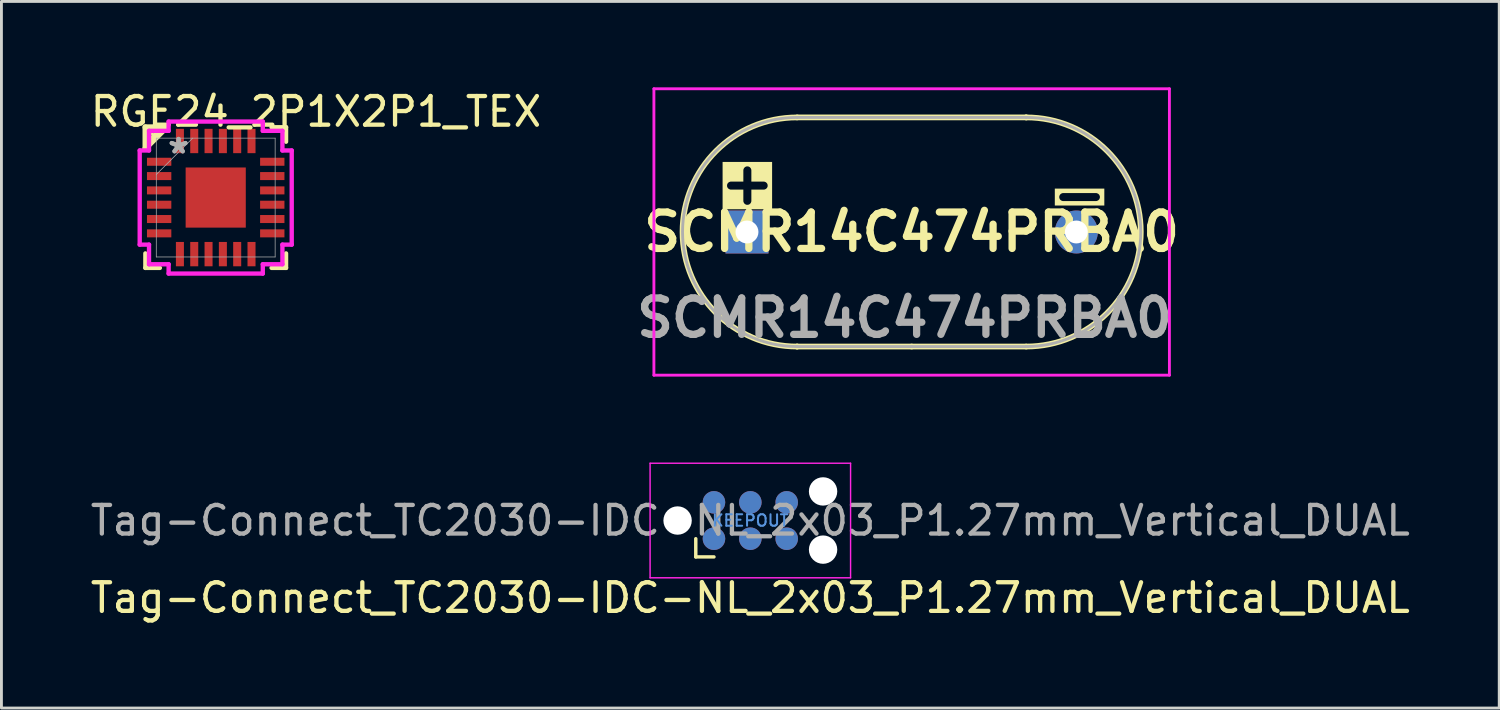
<source format=kicad_pcb>
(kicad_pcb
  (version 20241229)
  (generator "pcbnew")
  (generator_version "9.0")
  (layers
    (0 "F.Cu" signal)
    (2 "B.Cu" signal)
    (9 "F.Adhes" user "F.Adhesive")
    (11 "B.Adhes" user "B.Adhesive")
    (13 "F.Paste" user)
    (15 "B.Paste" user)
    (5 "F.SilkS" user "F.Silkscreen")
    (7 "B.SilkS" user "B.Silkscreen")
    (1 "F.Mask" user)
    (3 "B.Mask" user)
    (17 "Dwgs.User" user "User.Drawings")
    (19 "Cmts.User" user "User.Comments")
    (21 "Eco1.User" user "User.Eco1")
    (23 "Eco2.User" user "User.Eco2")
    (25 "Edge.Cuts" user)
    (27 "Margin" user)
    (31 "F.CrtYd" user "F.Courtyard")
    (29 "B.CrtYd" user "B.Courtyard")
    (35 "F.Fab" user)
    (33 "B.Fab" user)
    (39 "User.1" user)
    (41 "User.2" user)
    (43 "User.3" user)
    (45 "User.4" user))
  (footprint "Tag-Connect_TC2030-IDC-NL_2x03_P1.27mm_Vertical_DUAL"
    (layer "F.Cu")
    (at 23.149 15.125)
    (property "Reference" "Tag-Connect_TC2030-IDC-NL_2x03_P1.27mm_Vertical_DUAL" (at 0 2.7 0) (layer "F.SilkS") (effects (font (size 1 1) (thickness 0.15))))
    (attr exclude_from_pos_files exclude_from_bom)
    (fp_line (start -1.905 1.27) (end -1.905 0.635) (stroke (width 0.12) (type solid)) (layer "F.SilkS"))
    (fp_line (start -1.27 1.27) (end -1.905 1.27) (stroke (width 0.12) (type solid)) (layer "F.SilkS"))
    (fp_line (start -3.5 -2) (end 3.5 -2) (stroke (width 0.05) (type solid)) (layer "F.CrtYd"))
    (fp_line (start -3.5 2) (end -3.5 -2) (stroke (width 0.05) (type solid)) (layer "F.CrtYd"))
    (fp_line (start 3.5 -2) (end 3.5 2) (stroke (width 0.05) (type solid)) (layer "F.CrtYd"))
    (fp_line (start 3.5 2) (end -3.5 2) (stroke (width 0.05) (type solid)) (layer "F.CrtYd"))
    (fp_text user "KEEPOUT" (at 0 0 0) (layer "Cmts.User") (effects (font (size 0.4 0.4) (thickness 0.07))))
    (fp_text user "${REFERENCE}" (at 0 0 0) (layer "F.Fab") (effects (font (size 1 1) (thickness 0.15))))
    (pad "" np_thru_hole circle (at -2.54 0) (size 0.991 0.991) (drill 0.991) (layers "*.Cu" "*.Mask"))
    (pad "" np_thru_hole circle (at 2.54 -1.016) (size 0.991 0.991) (drill 0.991) (layers "*.Cu" "*.Mask"))
    (pad "" np_thru_hole circle (at 2.54 1.016) (size 0.991 0.991) (drill 0.991) (layers "*.Cu" "*.Mask"))
    (pad "1" connect circle (at -1.27 0.635) (size 0.787 0.787) (layers "F.Cu" "F.Mask"))
    (pad "1" connect circle (at -1.27 0.635) (size 0.787 0.787) (layers "B.Cu" "B.Mask"))
    (pad "2" connect circle (at -1.27 -0.635) (size 0.787 0.787) (layers "F.Cu" "F.Mask"))
    (pad "2" connect circle (at -1.27 -0.635) (size 0.787 0.787) (layers "B.Cu" "B.Mask"))
    (pad "3" connect circle (at 0 0.635) (size 0.787 0.787) (layers "F.Cu" "F.Mask"))
    (pad "3" connect circle (at 0 0.635) (size 0.787 0.787) (layers "B.Cu" "B.Mask"))
    (pad "4" connect circle (at 0 -0.635) (size 0.787 0.787) (layers "F.Cu" "F.Mask"))
    (pad "4" connect circle (at 0 -0.635) (size 0.787 0.787) (layers "B.Cu" "B.Mask"))
    (pad "5" connect circle (at 1.27 0.635) (size 0.787 0.787) (layers "F.Cu" "F.Mask"))
    (pad "5" connect circle (at 1.27 0.635) (size 0.787 0.787) (layers "B.Cu" "B.Mask"))
    (pad "6" connect circle (at 1.27 -0.635) (size 0.787 0.787) (layers "F.Cu" "F.Mask"))
    (pad "6" connect circle (at 1.27 -0.635) (size 0.787 0.787) (layers "B.Cu" "B.Mask"))
    (zone (net_name "") (layer "F.Cu") (hatch full 0.508) (connect_pads) (min_thickness 0.254) (filled_areas_thickness no) (keepout (tracks allowed) (vias not_allowed) (pads allowed) (copperpour not_allowed) (footprints not_allowed)) (placement (enabled no)) (fill) (polygon (pts (xy 24.419 14.49) (xy 21.879 14.49) (xy 21.879 15.76) (xy 24.419 15.76)))))
  (footprint "SCMR14C474PRBA0"
    (layer "F.Cu")
    (at 23.032 5.05)
    (property "Reference" "SCMR14C474PRBA0" (at 5.75 0 0) (layer "F.SilkS") (effects (font (size 1.27 1.27) (thickness 0.254))))
    (attr through_hole)
    (fp_line (start -2.9 0) (end -2.9 0) (stroke (width 0.1) (type solid)) (layer "F.SilkS"))
    (fp_line (start -2.8 0) (end -2.8 0) (stroke (width 0.1) (type solid)) (layer "F.SilkS"))
    (fp_line (start 1.75 -4) (end 9.75 -4) (stroke (width 0.2) (type solid)) (layer "F.SilkS"))
    (fp_line (start 1.75 4) (end 1.75 4) (stroke (width 0.2) (type solid)) (layer "F.SilkS"))
    (fp_line (start 5.75 4) (end 1.75 4) (stroke (width 0.2) (type solid)) (layer "F.SilkS"))
    (fp_line (start 9.75 -4) (end 9.75 -4) (stroke (width 0.2) (type solid)) (layer "F.SilkS"))
    (fp_line (start 9.75 4) (end 5.75 4) (stroke (width 0.2) (type solid)) (layer "F.SilkS"))
    (fp_arc (start -2.9 0) (mid -2.85 -0.05) (end -2.8 0) (stroke (width 0.1) (type solid)) (layer "F.SilkS"))
    (fp_arc (start -2.8 0) (mid -2.85 0.05) (end -2.9 0) (stroke (width 0.1) (type solid)) (layer "F.SilkS"))
    (fp_arc (start 1.75 4) (mid -2.25 0) (end 1.75 -4) (stroke (width 0.2) (type solid)) (layer "F.SilkS"))
    (fp_arc (start 9.75 -4) (mid 13.75 0) (end 9.75 4) (stroke (width 0.2) (type solid)) (layer "F.SilkS"))
    (fp_line (start -3.25 -5) (end 14.75 -5) (stroke (width 0.1) (type solid)) (layer "F.CrtYd"))
    (fp_line (start -3.25 5) (end -3.25 -5) (stroke (width 0.1) (type solid)) (layer "F.CrtYd"))
    (fp_line (start 14.75 -5) (end 14.75 5) (stroke (width 0.1) (type solid)) (layer "F.CrtYd"))
    (fp_line (start 14.75 5) (end -3.25 5) (stroke (width 0.1) (type solid)) (layer "F.CrtYd"))
    (fp_line (start 1.75 -4) (end 9.75 -4) (stroke (width 0.1) (type solid)) (layer "F.Fab"))
    (fp_line (start 1.75 4) (end 1.75 4) (stroke (width 0.1) (type solid)) (layer "F.Fab"))
    (fp_line (start 5.75 4) (end 1.75 4) (stroke (width 0.1) (type solid)) (layer "F.Fab"))
    (fp_line (start 9.75 -4) (end 9.75 -4) (stroke (width 0.1) (type solid)) (layer "F.Fab"))
    (fp_line (start 9.75 4) (end 5.75 4) (stroke (width 0.1) (type solid)) (layer "F.Fab"))
    (fp_arc (start 1.75 4) (mid -2.25 0) (end 1.75 -4) (stroke (width 0.1) (type solid)) (layer "F.Fab"))
    (fp_arc (start 9.75 -4) (mid 13.75 0) (end 9.75 4) (stroke (width 0.1) (type solid)) (layer "F.Fab"))
    (fp_text user "+" (at -1.1 -0.9 0) (unlocked yes) (layer "F.SilkS" knockout) (effects (font (size 1.4 1.5) (thickness 0.28) (bold yes)) (justify left bottom)))
    (fp_text user "-" (at 10.5 -0.5 0) (unlocked yes) (layer "F.SilkS" knockout) (effects (font (size 1.4 1.5) (thickness 0.28) (bold yes)) (justify left bottom)))
    (fp_text user "${REFERENCE}" (at 5.5 3 0) (layer "F.Fab") (effects (font (size 1.27 1.27) (thickness 0.254))))
    (pad "1" thru_hole rect (at 0 0) (size 1.5 1.5) (drill 0.8) (layers "*.Cu" "*.Mask"))
    (pad "2" thru_hole circle (at 11.5 0 90) (size 1.5 1.5) (drill 0.8) (layers "*.Cu" "*.Mask")))
  (footprint "RGE24_2P1X2P1_TEX"
    (layer "F.Cu")
    (at 4.482 3.848)
    (property "Reference" "RGE24_2P1X2P1_TEX" (at 3.5 -3 0) (unlocked yes) (layer "F.SilkS") (effects (font (size 1 1) (thickness 0.15))))
    (attr smd)
    (fp_poly (pts (xy -1.113 -1.113) (xy -0.594 -1.113) (xy -0.594 1.113) (xy -1.113 1.113)) (stroke (width 0) (type solid)) (fill yes) (layer "F.Mask"))
    (fp_poly (pts (xy -1.113 -1.113) (xy 1.113 -1.113) (xy 1.113 -0.594) (xy -1.113 -0.594)) (stroke (width 0) (type solid)) (fill yes) (layer "F.Mask"))
    (fp_poly (pts (xy -1.113 -0.194) (xy 1.113 -0.194) (xy 1.113 0.194) (xy -1.113 0.194)) (stroke (width 0) (type solid)) (fill yes) (layer "F.Mask"))
    (fp_poly (pts (xy -1.113 0.594) (xy 1.113 0.594) (xy 1.113 1.113) (xy -1.113 1.113)) (stroke (width 0) (type solid)) (fill yes) (layer "F.Mask"))
    (fp_poly (pts (xy 0.194 -1.113) (xy -0.194 -1.113) (xy -0.194 1.113) (xy 0.194 1.113)) (stroke (width 0) (type solid)) (fill yes) (layer "F.Mask"))
    (fp_poly (pts (xy 0.594 -1.113) (xy 1.113 -1.113) (xy 1.113 1.113) (xy 0.594 1.113)) (stroke (width 0) (type solid)) (fill yes) (layer "F.Mask"))
    (fp_line (start -2.456 -2.456) (end -2.456 -1.718) (stroke (width 0.2) (type solid)) (layer "F.SilkS"))
    (fp_line (start -2.456 -1.718) (end -1.718 -2.456) (stroke (width 0.2) (type default)) (layer "F.SilkS"))
    (fp_line (start -2.456 1.95) (end -2.456 2.456) (stroke (width 0.152) (type solid)) (layer "F.SilkS"))
    (fp_line (start -2.456 2.456) (end -1.95 2.456) (stroke (width 0.152) (type solid)) (layer "F.SilkS"))
    (fp_line (start -2.34 -2.01) (end -2.32 -2.33) (stroke (width 0.1) (type default)) (layer "F.SilkS"))
    (fp_line (start -2.32 -2.33) (end -2.175 -2.175) (stroke (width 0.1) (type default)) (layer "F.SilkS"))
    (fp_line (start -2.32 -2.33) (end -2.01 -2.34) (stroke (width 0.1) (type default)) (layer "F.SilkS"))
    (fp_line (start -2.01 -2.34) (end -2.34 -2.01) (stroke (width 0.1) (type default)) (layer "F.SilkS"))
    (fp_line (start -1.718 -2.456) (end -2.456 -2.456) (stroke (width 0.2) (type solid)) (layer "F.SilkS"))
    (fp_line (start 1.95 2.456) (end 2.456 2.456) (stroke (width 0.152) (type solid)) (layer "F.SilkS"))
    (fp_line (start 2.456 -2.456) (end 1.95 -2.456) (stroke (width 0.152) (type solid)) (layer "F.SilkS"))
    (fp_line (start 2.456 -1.95) (end 2.456 -2.456) (stroke (width 0.152) (type solid)) (layer "F.SilkS"))
    (fp_line (start 2.456 2.456) (end 2.456 1.95) (stroke (width 0.152) (type solid)) (layer "F.SilkS"))
    (fp_poly (pts (xy -0.975 -0.975) (xy -0.975 -0.494) (xy -0.635 -0.494) (xy -0.494 -0.635) (xy -0.494 -0.975)) (stroke (width 0) (type solid)) (fill yes) (layer "F.Paste"))
    (fp_poly (pts (xy -0.975 0.494) (xy -0.975 0.975) (xy -0.494 0.975) (xy -0.494 0.635) (xy -0.635 0.494)) (stroke (width 0) (type solid)) (fill yes) (layer "F.Paste"))
    (fp_poly (pts (xy 0.494 -0.975) (xy 0.494 -0.635) (xy 0.635 -0.494) (xy 0.975 -0.494) (xy 0.975 -0.975)) (stroke (width 0) (type solid)) (fill yes) (layer "F.Paste"))
    (fp_poly (pts (xy 0.635 0.494) (xy 0.494 0.635) (xy 0.494 0.975) (xy 0.975 0.975) (xy 0.975 0.494)) (stroke (width 0) (type solid)) (fill yes) (layer "F.Paste"))
    (fp_poly (pts (xy -0.975 -0.294) (xy -0.975 0.294) (xy -0.635 0.294) (xy -0.494 0.152) (xy -0.494 -0.152) (xy -0.635 -0.294)) (stroke (width 0) (type solid)) (fill yes) (layer "F.Paste"))
    (fp_poly (pts (xy -0.294 -0.975) (xy -0.294 -0.635) (xy -0.152 -0.494) (xy 0.152 -0.494) (xy 0.294 -0.635) (xy 0.294 -0.975)) (stroke (width 0) (type solid)) (fill yes) (layer "F.Paste"))
    (fp_poly (pts (xy -0.152 0.494) (xy -0.294 0.635) (xy -0.294 0.975) (xy 0.294 0.975) (xy 0.294 0.635) (xy 0.152 0.494)) (stroke (width 0) (type solid)) (fill yes) (layer "F.Paste"))
    (fp_poly (pts (xy 0.635 -0.294) (xy 0.494 -0.152) (xy 0.494 0.152) (xy 0.635 0.294) (xy 0.975 0.294) (xy 0.975 -0.294)) (stroke (width 0) (type solid)) (fill yes) (layer "F.Paste"))
    (fp_poly (pts (xy -0.152 -0.294) (xy -0.294 -0.152) (xy -0.294 0.152) (xy -0.152 0.294) (xy 0.152 0.294) (xy 0.294 0.152) (xy 0.294 -0.152) (xy 0.152 -0.294)) (stroke (width 0) (type solid)) (fill yes) (layer "F.Paste"))
    (fp_line (start -2.654 -1.644) (end -2.329 -1.644) (stroke (width 0.152) (type solid)) (layer "F.CrtYd"))
    (fp_line (start -2.654 1.644) (end -2.654 -1.644) (stroke (width 0.152) (type solid)) (layer "F.CrtYd"))
    (fp_line (start -2.329 -2.329) (end -1.644 -2.329) (stroke (width 0.152) (type solid)) (layer "F.CrtYd"))
    (fp_line (start -2.329 -1.644) (end -2.329 -2.329) (stroke (width 0.152) (type solid)) (layer "F.CrtYd"))
    (fp_line (start -2.329 1.644) (end -2.654 1.644) (stroke (width 0.152) (type solid)) (layer "F.CrtYd"))
    (fp_line (start -2.329 2.329) (end -2.329 1.644) (stroke (width 0.152) (type solid)) (layer "F.CrtYd"))
    (fp_line (start -1.644 -2.654) (end 1.644 -2.654) (stroke (width 0.152) (type solid)) (layer "F.CrtYd"))
    (fp_line (start -1.644 -2.329) (end -1.644 -2.654) (stroke (width 0.152) (type solid)) (layer "F.CrtYd"))
    (fp_line (start -1.644 2.329) (end -2.329 2.329) (stroke (width 0.152) (type solid)) (layer "F.CrtYd"))
    (fp_line (start -1.644 2.654) (end -1.644 2.329) (stroke (width 0.152) (type solid)) (layer "F.CrtYd"))
    (fp_line (start 1.644 -2.654) (end 1.644 -2.329) (stroke (width 0.152) (type solid)) (layer "F.CrtYd"))
    (fp_line (start 1.644 -2.329) (end 2.329 -2.329) (stroke (width 0.152) (type solid)) (layer "F.CrtYd"))
    (fp_line (start 1.644 2.329) (end 1.644 2.654) (stroke (width 0.152) (type solid)) (layer "F.CrtYd"))
    (fp_line (start 1.644 2.654) (end -1.644 2.654) (stroke (width 0.152) (type solid)) (layer "F.CrtYd"))
    (fp_line (start 2.329 -2.329) (end 2.329 -1.644) (stroke (width 0.152) (type solid)) (layer "F.CrtYd"))
    (fp_line (start 2.329 -1.644) (end 2.654 -1.644) (stroke (width 0.152) (type solid)) (layer "F.CrtYd"))
    (fp_line (start 2.329 1.644) (end 2.329 2.329) (stroke (width 0.152) (type solid)) (layer "F.CrtYd"))
    (fp_line (start 2.329 2.329) (end 1.644 2.329) (stroke (width 0.152) (type solid)) (layer "F.CrtYd"))
    (fp_line (start 2.654 -1.644) (end 2.654 1.644) (stroke (width 0.152) (type solid)) (layer "F.CrtYd"))
    (fp_line (start 2.654 1.644) (end 2.329 1.644) (stroke (width 0.152) (type solid)) (layer "F.CrtYd"))
    (fp_line (start -2.075 -2.075) (end -2.075 2.075) (stroke (width 0.025) (type solid)) (layer "F.Fab"))
    (fp_line (start -2.075 -0.805) (end -0.805 -2.075) (stroke (width 0.025) (type solid)) (layer "F.Fab"))
    (fp_line (start -2.075 2.075) (end 2.075 2.075) (stroke (width 0.025) (type solid)) (layer "F.Fab"))
    (fp_line (start 2.075 -2.075) (end -2.075 -2.075) (stroke (width 0.025) (type solid)) (layer "F.Fab"))
    (fp_line (start 2.075 2.075) (end 2.075 -2.075) (stroke (width 0.025) (type solid)) (layer "F.Fab"))
    (fp_text user "*" (at -1.296 -1.5 0) (layer "F.Fab") (effects (font (size 1 1) (thickness 0.15))))
    (fp_text user "*" (at -1.296 -1.5 0) (unlocked yes) (layer "F.Fab") (effects (font (size 1 1) (thickness 0.15))))
    (pad "1" smd rect (at -1.975 -1.25 90) (size 0.28 0.85) (layers "F.Cu" "F.Mask" "F.Paste"))
    (pad "2" smd rect (at -1.975 -0.75 90) (size 0.28 0.85) (layers "F.Cu" "F.Mask" "F.Paste"))
    (pad "3" smd rect (at -1.975 -0.25 90) (size 0.28 0.85) (layers "F.Cu" "F.Mask" "F.Paste"))
    (pad "4" smd rect (at -1.975 0.25 90) (size 0.28 0.85) (layers "F.Cu" "F.Mask" "F.Paste"))
    (pad "5" smd rect (at -1.975 0.75 90) (size 0.28 0.85) (layers "F.Cu" "F.Mask" "F.Paste"))
    (pad "6" smd rect (at -1.975 1.25 90) (size 0.28 0.85) (layers "F.Cu" "F.Mask" "F.Paste"))
    (pad "7" smd rect (at -1.25 1.975) (size 0.28 0.85) (layers "F.Cu" "F.Mask" "F.Paste"))
    (pad "8" smd rect (at -0.75 1.975) (size 0.28 0.85) (layers "F.Cu" "F.Mask" "F.Paste"))
    (pad "9" smd rect (at -0.25 1.975) (size 0.28 0.85) (layers "F.Cu" "F.Mask" "F.Paste"))
    (pad "10" smd rect (at 0.25 1.975) (size 0.28 0.85) (layers "F.Cu" "F.Mask" "F.Paste"))
    (pad "11" smd rect (at 0.75 1.975) (size 0.28 0.85) (layers "F.Cu" "F.Mask" "F.Paste"))
    (pad "12" smd rect (at 1.25 1.975) (size 0.28 0.85) (layers "F.Cu" "F.Mask" "F.Paste"))
    (pad "13" smd rect (at 1.975 1.25 90) (size 0.28 0.85) (layers "F.Cu" "F.Mask" "F.Paste"))
    (pad "14" smd rect (at 1.975 0.75 90) (size 0.28 0.85) (layers "F.Cu" "F.Mask" "F.Paste"))
    (pad "15" smd rect (at 1.975 0.25 90) (size 0.28 0.85) (layers "F.Cu" "F.Mask" "F.Paste"))
    (pad "16" smd rect (at 1.975 -0.25 90) (size 0.28 0.85) (layers "F.Cu" "F.Mask" "F.Paste"))
    (pad "17" smd rect (at 1.975 -0.75 90) (size 0.28 0.85) (layers "F.Cu" "F.Mask" "F.Paste"))
    (pad "18" smd rect (at 1.975 -1.25 90) (size 0.28 0.85) (layers "F.Cu" "F.Mask" "F.Paste"))
    (pad "19" smd rect (at 1.25 -1.975) (size 0.28 0.85) (layers "F.Cu" "F.Mask" "F.Paste"))
    (pad "20" smd rect (at 0.75 -1.975) (size 0.28 0.85) (layers "F.Cu" "F.Mask" "F.Paste"))
    (pad "21" smd rect (at 0.25 -1.975) (size 0.28 0.85) (layers "F.Cu" "F.Mask" "F.Paste"))
    (pad "22" smd rect (at -0.25 -1.975) (size 0.28 0.85) (layers "F.Cu" "F.Mask" "F.Paste"))
    (pad "23" smd rect (at -0.75 -1.975) (size 0.28 0.85) (layers "F.Cu" "F.Mask" "F.Paste"))
    (pad "24" smd rect (at -1.25 -1.975) (size 0.28 0.85) (layers "F.Cu" "F.Mask" "F.Paste"))
    (pad "25" smd rect (at 0 0) (size 2.1 2.1) (layers "F.Cu")))
  (gr_rect
    (start -3 -3)
    (end 49.298 21.673)
    (stroke (width 0.1) (type default))
    (fill no)
    (layer "Edge.Cuts")))
</source>
